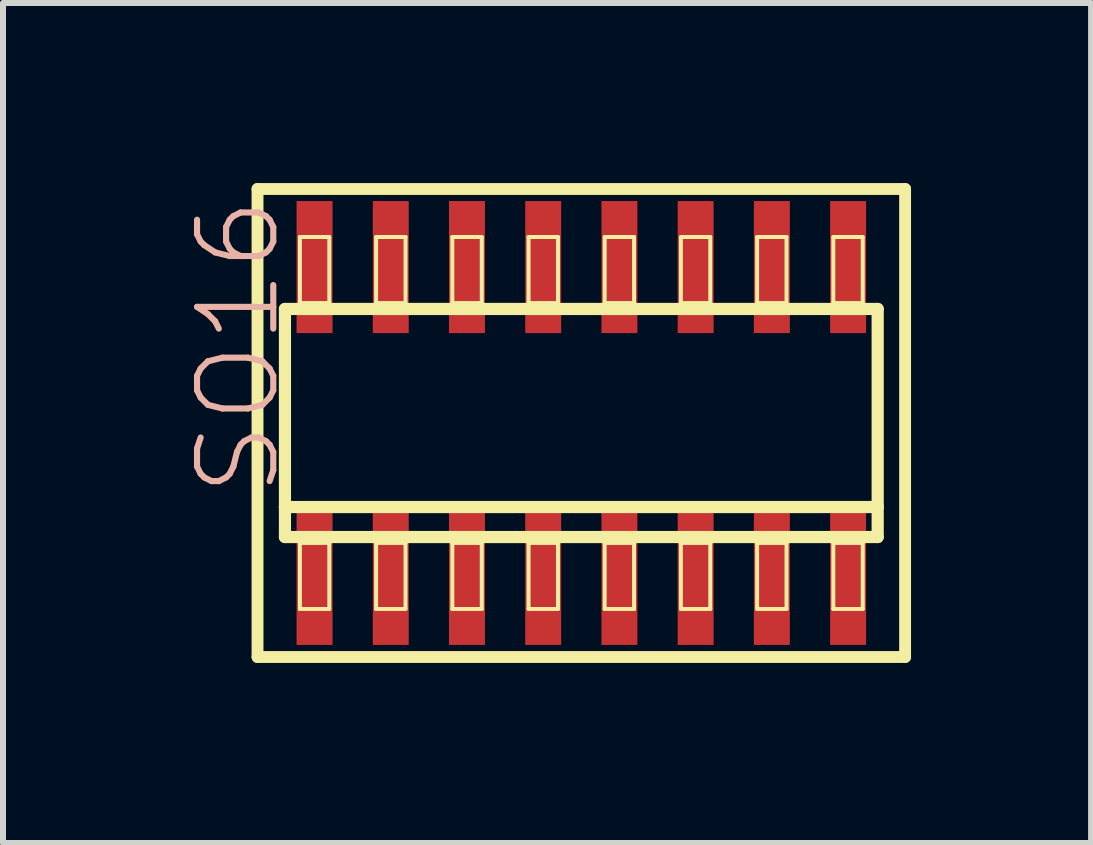
<source format=kicad_pcb>
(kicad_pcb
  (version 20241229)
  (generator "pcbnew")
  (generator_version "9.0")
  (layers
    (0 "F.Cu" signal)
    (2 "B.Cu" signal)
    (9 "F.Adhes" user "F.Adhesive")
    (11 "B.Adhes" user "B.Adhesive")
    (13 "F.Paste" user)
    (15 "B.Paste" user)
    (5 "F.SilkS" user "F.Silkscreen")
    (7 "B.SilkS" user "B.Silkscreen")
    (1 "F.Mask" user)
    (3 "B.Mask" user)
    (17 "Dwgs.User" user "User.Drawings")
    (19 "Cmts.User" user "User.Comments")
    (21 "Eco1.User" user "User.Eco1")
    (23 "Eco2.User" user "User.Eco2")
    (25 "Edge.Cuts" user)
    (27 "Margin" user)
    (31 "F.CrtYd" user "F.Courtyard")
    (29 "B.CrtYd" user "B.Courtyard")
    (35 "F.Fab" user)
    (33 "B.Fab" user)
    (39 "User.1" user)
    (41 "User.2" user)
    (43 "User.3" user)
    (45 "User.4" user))
  (footprint "SO16"
    (layer "F.Cu")
    (at 6.636 3.998)
    (property "Reference" "SO16" (at -5.715 -1.27 90) (layer "B.SilkS") (effects (font (size 1.27 1.27) (thickness 0.102))))
    (attr smd)
    (fp_line (start -5.395 -3.899) (end 5.395 -3.899) (stroke (width 0.198) (type solid)) (layer "F.SilkS"))
    (fp_line (start -5.395 3.899) (end -5.395 -3.899) (stroke (width 0.198) (type solid)) (layer "F.SilkS"))
    (fp_line (start -4.938 -1.9) (end 4.938 -1.9) (stroke (width 0.203) (type solid)) (layer "F.SilkS"))
    (fp_line (start -4.938 1.4) (end -4.938 -1.9) (stroke (width 0.203) (type solid)) (layer "F.SilkS"))
    (fp_line (start -4.938 1.9) (end -4.938 1.4) (stroke (width 0.203) (type solid)) (layer "F.SilkS"))
    (fp_line (start -4.689 -3.099) (end -4.199 -3.099) (stroke (width 0.066) (type solid)) (layer "F.SilkS"))
    (fp_line (start -4.689 -1.999) (end -4.689 -3.099) (stroke (width 0.066) (type solid)) (layer "F.SilkS"))
    (fp_line (start -4.689 -1.999) (end -4.199 -1.999) (stroke (width 0.066) (type solid)) (layer "F.SilkS"))
    (fp_line (start -4.689 1.999) (end -4.199 1.999) (stroke (width 0.066) (type solid)) (layer "F.SilkS"))
    (fp_line (start -4.689 3.099) (end -4.689 1.999) (stroke (width 0.066) (type solid)) (layer "F.SilkS"))
    (fp_line (start -4.689 3.099) (end -4.199 3.099) (stroke (width 0.066) (type solid)) (layer "F.SilkS"))
    (fp_line (start -4.199 -1.999) (end -4.199 -3.099) (stroke (width 0.066) (type solid)) (layer "F.SilkS"))
    (fp_line (start -4.199 3.099) (end -4.199 1.999) (stroke (width 0.066) (type solid)) (layer "F.SilkS"))
    (fp_line (start -3.419 -3.099) (end -2.929 -3.099) (stroke (width 0.066) (type solid)) (layer "F.SilkS"))
    (fp_line (start -3.419 -1.999) (end -3.419 -3.099) (stroke (width 0.066) (type solid)) (layer "F.SilkS"))
    (fp_line (start -3.419 -1.999) (end -2.929 -1.999) (stroke (width 0.066) (type solid)) (layer "F.SilkS"))
    (fp_line (start -3.419 1.999) (end -2.929 1.999) (stroke (width 0.066) (type solid)) (layer "F.SilkS"))
    (fp_line (start -3.419 3.099) (end -3.419 1.999) (stroke (width 0.066) (type solid)) (layer "F.SilkS"))
    (fp_line (start -3.419 3.099) (end -2.929 3.099) (stroke (width 0.066) (type solid)) (layer "F.SilkS"))
    (fp_line (start -2.929 -1.999) (end -2.929 -3.099) (stroke (width 0.066) (type solid)) (layer "F.SilkS"))
    (fp_line (start -2.929 3.099) (end -2.929 1.999) (stroke (width 0.066) (type solid)) (layer "F.SilkS"))
    (fp_line (start -2.149 -3.099) (end -1.659 -3.099) (stroke (width 0.066) (type solid)) (layer "F.SilkS"))
    (fp_line (start -2.149 -1.999) (end -2.149 -3.099) (stroke (width 0.066) (type solid)) (layer "F.SilkS"))
    (fp_line (start -2.149 -1.999) (end -1.659 -1.999) (stroke (width 0.066) (type solid)) (layer "F.SilkS"))
    (fp_line (start -2.149 1.999) (end -1.659 1.999) (stroke (width 0.066) (type solid)) (layer "F.SilkS"))
    (fp_line (start -2.149 3.099) (end -2.149 1.999) (stroke (width 0.066) (type solid)) (layer "F.SilkS"))
    (fp_line (start -2.149 3.099) (end -1.659 3.099) (stroke (width 0.066) (type solid)) (layer "F.SilkS"))
    (fp_line (start -1.659 -1.999) (end -1.659 -3.099) (stroke (width 0.066) (type solid)) (layer "F.SilkS"))
    (fp_line (start -1.659 3.099) (end -1.659 1.999) (stroke (width 0.066) (type solid)) (layer "F.SilkS"))
    (fp_line (start -0.879 -3.099) (end -0.389 -3.099) (stroke (width 0.066) (type solid)) (layer "F.SilkS"))
    (fp_line (start -0.879 -1.999) (end -0.879 -3.099) (stroke (width 0.066) (type solid)) (layer "F.SilkS"))
    (fp_line (start -0.879 -1.999) (end -0.389 -1.999) (stroke (width 0.066) (type solid)) (layer "F.SilkS"))
    (fp_line (start -0.879 1.999) (end -0.389 1.999) (stroke (width 0.066) (type solid)) (layer "F.SilkS"))
    (fp_line (start -0.879 3.099) (end -0.879 1.999) (stroke (width 0.066) (type solid)) (layer "F.SilkS"))
    (fp_line (start -0.879 3.099) (end -0.389 3.099) (stroke (width 0.066) (type solid)) (layer "F.SilkS"))
    (fp_line (start -0.389 -1.999) (end -0.389 -3.099) (stroke (width 0.066) (type solid)) (layer "F.SilkS"))
    (fp_line (start -0.389 3.099) (end -0.389 1.999) (stroke (width 0.066) (type solid)) (layer "F.SilkS"))
    (fp_line (start 0.389 -3.099) (end 0.879 -3.099) (stroke (width 0.066) (type solid)) (layer "F.SilkS"))
    (fp_line (start 0.389 -1.999) (end 0.389 -3.099) (stroke (width 0.066) (type solid)) (layer "F.SilkS"))
    (fp_line (start 0.389 -1.999) (end 0.879 -1.999) (stroke (width 0.066) (type solid)) (layer "F.SilkS"))
    (fp_line (start 0.389 1.999) (end 0.879 1.999) (stroke (width 0.066) (type solid)) (layer "F.SilkS"))
    (fp_line (start 0.389 3.099) (end 0.389 1.999) (stroke (width 0.066) (type solid)) (layer "F.SilkS"))
    (fp_line (start 0.389 3.099) (end 0.879 3.099) (stroke (width 0.066) (type solid)) (layer "F.SilkS"))
    (fp_line (start 0.879 -1.999) (end 0.879 -3.099) (stroke (width 0.066) (type solid)) (layer "F.SilkS"))
    (fp_line (start 0.879 3.099) (end 0.879 1.999) (stroke (width 0.066) (type solid)) (layer "F.SilkS"))
    (fp_line (start 1.659 -3.099) (end 2.149 -3.099) (stroke (width 0.066) (type solid)) (layer "F.SilkS"))
    (fp_line (start 1.659 -1.999) (end 1.659 -3.099) (stroke (width 0.066) (type solid)) (layer "F.SilkS"))
    (fp_line (start 1.659 -1.999) (end 2.149 -1.999) (stroke (width 0.066) (type solid)) (layer "F.SilkS"))
    (fp_line (start 1.659 1.999) (end 2.149 1.999) (stroke (width 0.066) (type solid)) (layer "F.SilkS"))
    (fp_line (start 1.659 3.099) (end 1.659 1.999) (stroke (width 0.066) (type solid)) (layer "F.SilkS"))
    (fp_line (start 1.659 3.099) (end 2.149 3.099) (stroke (width 0.066) (type solid)) (layer "F.SilkS"))
    (fp_line (start 2.149 -1.999) (end 2.149 -3.099) (stroke (width 0.066) (type solid)) (layer "F.SilkS"))
    (fp_line (start 2.149 3.099) (end 2.149 1.999) (stroke (width 0.066) (type solid)) (layer "F.SilkS"))
    (fp_line (start 2.929 -3.099) (end 3.419 -3.099) (stroke (width 0.066) (type solid)) (layer "F.SilkS"))
    (fp_line (start 2.929 -1.999) (end 2.929 -3.099) (stroke (width 0.066) (type solid)) (layer "F.SilkS"))
    (fp_line (start 2.929 -1.999) (end 3.419 -1.999) (stroke (width 0.066) (type solid)) (layer "F.SilkS"))
    (fp_line (start 2.929 1.999) (end 3.419 1.999) (stroke (width 0.066) (type solid)) (layer "F.SilkS"))
    (fp_line (start 2.929 3.099) (end 2.929 1.999) (stroke (width 0.066) (type solid)) (layer "F.SilkS"))
    (fp_line (start 2.929 3.099) (end 3.419 3.099) (stroke (width 0.066) (type solid)) (layer "F.SilkS"))
    (fp_line (start 3.419 -1.999) (end 3.419 -3.099) (stroke (width 0.066) (type solid)) (layer "F.SilkS"))
    (fp_line (start 3.419 3.099) (end 3.419 1.999) (stroke (width 0.066) (type solid)) (layer "F.SilkS"))
    (fp_line (start 4.199 -3.099) (end 4.689 -3.099) (stroke (width 0.066) (type solid)) (layer "F.SilkS"))
    (fp_line (start 4.199 -1.999) (end 4.199 -3.099) (stroke (width 0.066) (type solid)) (layer "F.SilkS"))
    (fp_line (start 4.199 -1.999) (end 4.689 -1.999) (stroke (width 0.066) (type solid)) (layer "F.SilkS"))
    (fp_line (start 4.199 1.999) (end 4.689 1.999) (stroke (width 0.066) (type solid)) (layer "F.SilkS"))
    (fp_line (start 4.199 3.099) (end 4.199 1.999) (stroke (width 0.066) (type solid)) (layer "F.SilkS"))
    (fp_line (start 4.199 3.099) (end 4.689 3.099) (stroke (width 0.066) (type solid)) (layer "F.SilkS"))
    (fp_line (start 4.689 -1.999) (end 4.689 -3.099) (stroke (width 0.066) (type solid)) (layer "F.SilkS"))
    (fp_line (start 4.689 3.099) (end 4.689 1.999) (stroke (width 0.066) (type solid)) (layer "F.SilkS"))
    (fp_line (start 4.938 -1.9) (end 4.938 1.4) (stroke (width 0.203) (type solid)) (layer "F.SilkS"))
    (fp_line (start 4.938 1.4) (end -4.938 1.4) (stroke (width 0.203) (type solid)) (layer "F.SilkS"))
    (fp_line (start 4.938 1.4) (end 4.938 1.9) (stroke (width 0.203) (type solid)) (layer "F.SilkS"))
    (fp_line (start 4.938 1.9) (end -4.938 1.9) (stroke (width 0.203) (type solid)) (layer "F.SilkS"))
    (fp_line (start 5.395 -3.899) (end 5.395 3.899) (stroke (width 0.198) (type solid)) (layer "F.SilkS"))
    (fp_line (start 5.395 3.899) (end -5.395 3.899) (stroke (width 0.198) (type solid)) (layer "F.SilkS"))
    (pad "1" smd rect (at -4.445 2.598) (size 0.599 2.2) (layers "F.Cu" "F.Mask" "F.Paste"))
    (pad "2" smd rect (at -3.175 2.598) (size 0.599 2.2) (layers "F.Cu" "F.Mask" "F.Paste"))
    (pad "3" smd rect (at -1.905 2.598) (size 0.599 2.2) (layers "F.Cu" "F.Mask" "F.Paste"))
    (pad "4" smd rect (at -0.635 2.598) (size 0.599 2.2) (layers "F.Cu" "F.Mask" "F.Paste"))
    (pad "5" smd rect (at 0.635 2.598) (size 0.599 2.2) (layers "F.Cu" "F.Mask" "F.Paste"))
    (pad "6" smd rect (at 1.905 2.598) (size 0.599 2.2) (layers "F.Cu" "F.Mask" "F.Paste"))
    (pad "7" smd rect (at 3.175 2.598) (size 0.599 2.2) (layers "F.Cu" "F.Mask" "F.Paste"))
    (pad "8" smd rect (at 4.445 2.598) (size 0.599 2.2) (layers "F.Cu" "F.Mask" "F.Paste"))
    (pad "9" smd rect (at 4.445 -2.598) (size 0.599 2.2) (layers "F.Cu" "F.Mask" "F.Paste"))
    (pad "10" smd rect (at 3.175 -2.598) (size 0.599 2.2) (layers "F.Cu" "F.Mask" "F.Paste"))
    (pad "11" smd rect (at 1.905 -2.598) (size 0.599 2.2) (layers "F.Cu" "F.Mask" "F.Paste"))
    (pad "12" smd rect (at 0.635 -2.598) (size 0.599 2.2) (layers "F.Cu" "F.Mask" "F.Paste"))
    (pad "13" smd rect (at -0.635 -2.598) (size 0.599 2.2) (layers "F.Cu" "F.Mask" "F.Paste"))
    (pad "14" smd rect (at -1.905 -2.598) (size 0.599 2.2) (layers "F.Cu" "F.Mask" "F.Paste"))
    (pad "15" smd rect (at -3.175 -2.598) (size 0.599 2.2) (layers "F.Cu" "F.Mask" "F.Paste"))
    (pad "16" smd rect (at -4.445 -2.598) (size 0.599 2.2) (layers "F.Cu" "F.Mask" "F.Paste")))
  (gr_rect
    (start -3 -3)
    (end 15.13 10.996)
    (stroke (width 0.1) (type default))
    (fill no)
    (layer "Edge.Cuts")))
</source>
